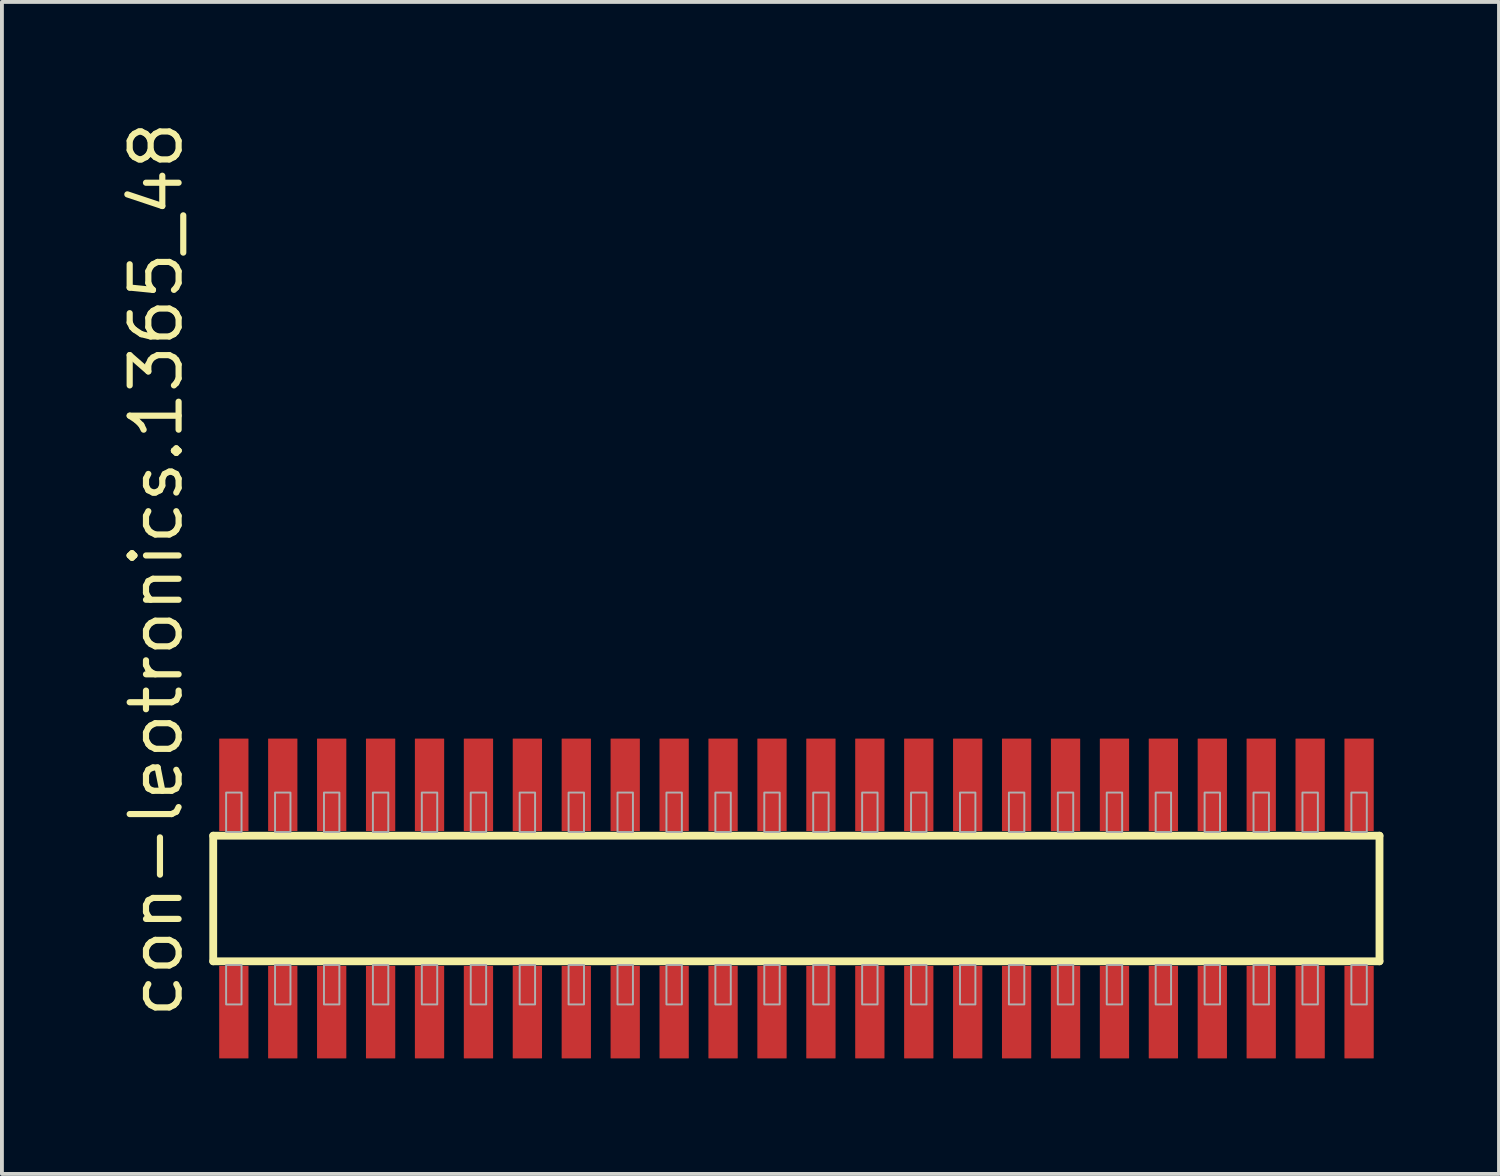
<source format=kicad_pcb>
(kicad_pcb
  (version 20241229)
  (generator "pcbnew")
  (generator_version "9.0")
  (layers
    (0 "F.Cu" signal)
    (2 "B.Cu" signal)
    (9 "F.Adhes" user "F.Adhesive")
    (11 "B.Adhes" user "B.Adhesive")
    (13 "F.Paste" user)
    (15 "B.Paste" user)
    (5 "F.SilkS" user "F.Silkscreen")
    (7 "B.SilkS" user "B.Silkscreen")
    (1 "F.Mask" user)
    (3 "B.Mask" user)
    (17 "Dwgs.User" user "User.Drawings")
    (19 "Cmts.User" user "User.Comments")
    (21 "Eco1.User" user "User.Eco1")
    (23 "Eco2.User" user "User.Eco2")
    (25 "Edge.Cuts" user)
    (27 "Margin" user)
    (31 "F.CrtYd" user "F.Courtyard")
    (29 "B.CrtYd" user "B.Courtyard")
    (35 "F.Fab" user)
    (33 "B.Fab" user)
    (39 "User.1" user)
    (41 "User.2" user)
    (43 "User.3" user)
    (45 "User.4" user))
  (footprint "con-leotronics.1365_48"
    (layer "F.Cu")
    (at 17.625 20.274)
    (property "Reference" "con-leotronics.1365_48" (at -15.875 3.175 90) (layer "F.SilkS") (effects (font (size 1.27 1.27) (thickness 0.16)) (justify left bottom)))
    (attr smd)
    (fp_line (start -15.14 -1.63) (end 15.135 -1.63) (stroke (width 0.203) (type default)) (layer "F.SilkS"))
    (fp_line (start -15.14 1.63) (end -15.14 -1.63) (stroke (width 0.203) (type default)) (layer "F.SilkS"))
    (fp_line (start 15.135 -1.63) (end 15.135 1.63) (stroke (width 0.203) (type default)) (layer "F.SilkS"))
    (fp_line (start 15.135 1.63) (end -15.14 1.63) (stroke (width 0.203) (type default)) (layer "F.SilkS"))
    (fp_rect (start -14.805 -1.725) (end -14.405 -2.75) (stroke (width 0.05) (type default)) (fill no) (layer "F.Fab"))
    (fp_rect (start -14.805 2.75) (end -14.405 1.725) (stroke (width 0.05) (type default)) (fill no) (layer "F.Fab"))
    (fp_rect (start -13.535 -1.725) (end -13.135 -2.75) (stroke (width 0.05) (type default)) (fill no) (layer "F.Fab"))
    (fp_rect (start -13.535 2.75) (end -13.135 1.725) (stroke (width 0.05) (type default)) (fill no) (layer "F.Fab"))
    (fp_rect (start -12.265 -1.725) (end -11.865 -2.75) (stroke (width 0.05) (type default)) (fill no) (layer "F.Fab"))
    (fp_rect (start -12.265 2.75) (end -11.865 1.725) (stroke (width 0.05) (type default)) (fill no) (layer "F.Fab"))
    (fp_rect (start -10.995 -1.725) (end -10.595 -2.75) (stroke (width 0.05) (type default)) (fill no) (layer "F.Fab"))
    (fp_rect (start -10.995 2.75) (end -10.595 1.725) (stroke (width 0.05) (type default)) (fill no) (layer "F.Fab"))
    (fp_rect (start -9.725 -1.725) (end -9.325 -2.75) (stroke (width 0.05) (type default)) (fill no) (layer "F.Fab"))
    (fp_rect (start -9.725 2.75) (end -9.325 1.725) (stroke (width 0.05) (type default)) (fill no) (layer "F.Fab"))
    (fp_rect (start -8.455 -1.725) (end -8.055 -2.75) (stroke (width 0.05) (type default)) (fill no) (layer "F.Fab"))
    (fp_rect (start -8.455 2.75) (end -8.055 1.725) (stroke (width 0.05) (type default)) (fill no) (layer "F.Fab"))
    (fp_rect (start -7.185 -1.725) (end -6.785 -2.75) (stroke (width 0.05) (type default)) (fill no) (layer "F.Fab"))
    (fp_rect (start -7.185 2.75) (end -6.785 1.725) (stroke (width 0.05) (type default)) (fill no) (layer "F.Fab"))
    (fp_rect (start -5.915 -1.725) (end -5.515 -2.75) (stroke (width 0.05) (type default)) (fill no) (layer "F.Fab"))
    (fp_rect (start -5.915 2.75) (end -5.515 1.725) (stroke (width 0.05) (type default)) (fill no) (layer "F.Fab"))
    (fp_rect (start -4.645 -1.725) (end -4.245 -2.75) (stroke (width 0.05) (type default)) (fill no) (layer "F.Fab"))
    (fp_rect (start -4.645 2.75) (end -4.245 1.725) (stroke (width 0.05) (type default)) (fill no) (layer "F.Fab"))
    (fp_rect (start -3.375 -1.725) (end -2.975 -2.75) (stroke (width 0.05) (type default)) (fill no) (layer "F.Fab"))
    (fp_rect (start -3.375 2.75) (end -2.975 1.725) (stroke (width 0.05) (type default)) (fill no) (layer "F.Fab"))
    (fp_rect (start -2.105 -1.725) (end -1.705 -2.75) (stroke (width 0.05) (type default)) (fill no) (layer "F.Fab"))
    (fp_rect (start -2.105 2.75) (end -1.705 1.725) (stroke (width 0.05) (type default)) (fill no) (layer "F.Fab"))
    (fp_rect (start -0.835 -1.725) (end -0.435 -2.75) (stroke (width 0.05) (type default)) (fill no) (layer "F.Fab"))
    (fp_rect (start -0.835 2.75) (end -0.435 1.725) (stroke (width 0.05) (type default)) (fill no) (layer "F.Fab"))
    (fp_rect (start 0.435 -1.725) (end 0.835 -2.75) (stroke (width 0.05) (type default)) (fill no) (layer "F.Fab"))
    (fp_rect (start 0.435 2.75) (end 0.835 1.725) (stroke (width 0.05) (type default)) (fill no) (layer "F.Fab"))
    (fp_rect (start 1.705 -1.725) (end 2.105 -2.75) (stroke (width 0.05) (type default)) (fill no) (layer "F.Fab"))
    (fp_rect (start 1.705 2.75) (end 2.105 1.725) (stroke (width 0.05) (type default)) (fill no) (layer "F.Fab"))
    (fp_rect (start 2.975 -1.725) (end 3.375 -2.75) (stroke (width 0.05) (type default)) (fill no) (layer "F.Fab"))
    (fp_rect (start 2.975 2.75) (end 3.375 1.725) (stroke (width 0.05) (type default)) (fill no) (layer "F.Fab"))
    (fp_rect (start 4.245 -1.725) (end 4.645 -2.75) (stroke (width 0.05) (type default)) (fill no) (layer "F.Fab"))
    (fp_rect (start 4.245 2.75) (end 4.645 1.725) (stroke (width 0.05) (type default)) (fill no) (layer "F.Fab"))
    (fp_rect (start 5.515 -1.725) (end 5.915 -2.75) (stroke (width 0.05) (type default)) (fill no) (layer "F.Fab"))
    (fp_rect (start 5.515 2.75) (end 5.915 1.725) (stroke (width 0.05) (type default)) (fill no) (layer "F.Fab"))
    (fp_rect (start 6.785 -1.725) (end 7.185 -2.75) (stroke (width 0.05) (type default)) (fill no) (layer "F.Fab"))
    (fp_rect (start 6.785 2.75) (end 7.185 1.725) (stroke (width 0.05) (type default)) (fill no) (layer "F.Fab"))
    (fp_rect (start 8.055 -1.725) (end 8.455 -2.75) (stroke (width 0.05) (type default)) (fill no) (layer "F.Fab"))
    (fp_rect (start 8.055 2.75) (end 8.455 1.725) (stroke (width 0.05) (type default)) (fill no) (layer "F.Fab"))
    (fp_rect (start 9.325 -1.725) (end 9.725 -2.75) (stroke (width 0.05) (type default)) (fill no) (layer "F.Fab"))
    (fp_rect (start 9.325 2.75) (end 9.725 1.725) (stroke (width 0.05) (type default)) (fill no) (layer "F.Fab"))
    (fp_rect (start 10.595 -1.725) (end 10.995 -2.75) (stroke (width 0.05) (type default)) (fill no) (layer "F.Fab"))
    (fp_rect (start 10.595 2.75) (end 10.995 1.725) (stroke (width 0.05) (type default)) (fill no) (layer "F.Fab"))
    (fp_rect (start 11.865 -1.725) (end 12.265 -2.75) (stroke (width 0.05) (type default)) (fill no) (layer "F.Fab"))
    (fp_rect (start 11.865 2.75) (end 12.265 1.725) (stroke (width 0.05) (type default)) (fill no) (layer "F.Fab"))
    (fp_rect (start 13.135 -1.725) (end 13.535 -2.75) (stroke (width 0.05) (type default)) (fill no) (layer "F.Fab"))
    (fp_rect (start 13.135 2.75) (end 13.535 1.725) (stroke (width 0.05) (type default)) (fill no) (layer "F.Fab"))
    (fp_rect (start 14.405 -1.725) (end 14.805 -2.75) (stroke (width 0.05) (type default)) (fill no) (layer "F.Fab"))
    (fp_rect (start 14.405 2.75) (end 14.805 1.725) (stroke (width 0.05) (type default)) (fill no) (layer "F.Fab"))
    (pad "1" smd roundrect (at -14.605 2.95) (size 0.76 2.4) (layers "F.Cu" "F.Mask" "F.Paste") (roundrect_rratio 0.01))
    (pad "2" smd roundrect (at -14.605 -2.95) (size 0.76 2.4) (layers "F.Cu" "F.Mask" "F.Paste") (roundrect_rratio 0.01))
    (pad "3" smd roundrect (at -13.335 2.95) (size 0.76 2.4) (layers "F.Cu" "F.Mask" "F.Paste") (roundrect_rratio 0.01))
    (pad "4" smd roundrect (at -13.335 -2.95) (size 0.76 2.4) (layers "F.Cu" "F.Mask" "F.Paste") (roundrect_rratio 0.01))
    (pad "5" smd roundrect (at -12.065 2.95) (size 0.76 2.4) (layers "F.Cu" "F.Mask" "F.Paste") (roundrect_rratio 0.01))
    (pad "6" smd roundrect (at -12.065 -2.95) (size 0.76 2.4) (layers "F.Cu" "F.Mask" "F.Paste") (roundrect_rratio 0.01))
    (pad "7" smd roundrect (at -10.795 2.95) (size 0.76 2.4) (layers "F.Cu" "F.Mask" "F.Paste") (roundrect_rratio 0.01))
    (pad "8" smd roundrect (at -10.795 -2.95) (size 0.76 2.4) (layers "F.Cu" "F.Mask" "F.Paste") (roundrect_rratio 0.01))
    (pad "9" smd roundrect (at -9.525 2.95) (size 0.76 2.4) (layers "F.Cu" "F.Mask" "F.Paste") (roundrect_rratio 0.01))
    (pad "10" smd roundrect (at -9.525 -2.95) (size 0.76 2.4) (layers "F.Cu" "F.Mask" "F.Paste") (roundrect_rratio 0.01))
    (pad "11" smd roundrect (at -8.255 2.95) (size 0.76 2.4) (layers "F.Cu" "F.Mask" "F.Paste") (roundrect_rratio 0.01))
    (pad "12" smd roundrect (at -8.255 -2.95) (size 0.76 2.4) (layers "F.Cu" "F.Mask" "F.Paste") (roundrect_rratio 0.01))
    (pad "13" smd roundrect (at -6.985 2.95) (size 0.76 2.4) (layers "F.Cu" "F.Mask" "F.Paste") (roundrect_rratio 0.01))
    (pad "14" smd roundrect (at -6.985 -2.95) (size 0.76 2.4) (layers "F.Cu" "F.Mask" "F.Paste") (roundrect_rratio 0.01))
    (pad "15" smd roundrect (at -5.715 2.95) (size 0.76 2.4) (layers "F.Cu" "F.Mask" "F.Paste") (roundrect_rratio 0.01))
    (pad "16" smd roundrect (at -5.715 -2.95) (size 0.76 2.4) (layers "F.Cu" "F.Mask" "F.Paste") (roundrect_rratio 0.01))
    (pad "17" smd roundrect (at -4.445 2.95) (size 0.76 2.4) (layers "F.Cu" "F.Mask" "F.Paste") (roundrect_rratio 0.01))
    (pad "18" smd roundrect (at -4.445 -2.95) (size 0.76 2.4) (layers "F.Cu" "F.Mask" "F.Paste") (roundrect_rratio 0.01))
    (pad "19" smd roundrect (at -3.175 2.95) (size 0.76 2.4) (layers "F.Cu" "F.Mask" "F.Paste") (roundrect_rratio 0.01))
    (pad "20" smd roundrect (at -3.175 -2.95) (size 0.76 2.4) (layers "F.Cu" "F.Mask" "F.Paste") (roundrect_rratio 0.01))
    (pad "21" smd roundrect (at -1.905 2.95) (size 0.76 2.4) (layers "F.Cu" "F.Mask" "F.Paste") (roundrect_rratio 0.01))
    (pad "22" smd roundrect (at -1.905 -2.95) (size 0.76 2.4) (layers "F.Cu" "F.Mask" "F.Paste") (roundrect_rratio 0.01))
    (pad "23" smd roundrect (at -0.635 2.95) (size 0.76 2.4) (layers "F.Cu" "F.Mask" "F.Paste") (roundrect_rratio 0.01))
    (pad "24" smd roundrect (at -0.635 -2.95) (size 0.76 2.4) (layers "F.Cu" "F.Mask" "F.Paste") (roundrect_rratio 0.01))
    (pad "25" smd roundrect (at 0.635 2.95) (size 0.76 2.4) (layers "F.Cu" "F.Mask" "F.Paste") (roundrect_rratio 0.01))
    (pad "26" smd roundrect (at 0.635 -2.95) (size 0.76 2.4) (layers "F.Cu" "F.Mask" "F.Paste") (roundrect_rratio 0.01))
    (pad "27" smd roundrect (at 1.905 2.95) (size 0.76 2.4) (layers "F.Cu" "F.Mask" "F.Paste") (roundrect_rratio 0.01))
    (pad "28" smd roundrect (at 1.905 -2.95) (size 0.76 2.4) (layers "F.Cu" "F.Mask" "F.Paste") (roundrect_rratio 0.01))
    (pad "29" smd roundrect (at 3.175 2.95) (size 0.76 2.4) (layers "F.Cu" "F.Mask" "F.Paste") (roundrect_rratio 0.01))
    (pad "30" smd roundrect (at 3.175 -2.95) (size 0.76 2.4) (layers "F.Cu" "F.Mask" "F.Paste") (roundrect_rratio 0.01))
    (pad "31" smd roundrect (at 4.445 2.95) (size 0.76 2.4) (layers "F.Cu" "F.Mask" "F.Paste") (roundrect_rratio 0.01))
    (pad "32" smd roundrect (at 4.445 -2.95) (size 0.76 2.4) (layers "F.Cu" "F.Mask" "F.Paste") (roundrect_rratio 0.01))
    (pad "33" smd roundrect (at 5.715 2.95) (size 0.76 2.4) (layers "F.Cu" "F.Mask" "F.Paste") (roundrect_rratio 0.01))
    (pad "34" smd roundrect (at 5.715 -2.95) (size 0.76 2.4) (layers "F.Cu" "F.Mask" "F.Paste") (roundrect_rratio 0.01))
    (pad "35" smd roundrect (at 6.985 2.95) (size 0.76 2.4) (layers "F.Cu" "F.Mask" "F.Paste") (roundrect_rratio 0.01))
    (pad "36" smd roundrect (at 6.985 -2.95) (size 0.76 2.4) (layers "F.Cu" "F.Mask" "F.Paste") (roundrect_rratio 0.01))
    (pad "37" smd roundrect (at 8.255 2.95) (size 0.76 2.4) (layers "F.Cu" "F.Mask" "F.Paste") (roundrect_rratio 0.01))
    (pad "38" smd roundrect (at 8.255 -2.95) (size 0.76 2.4) (layers "F.Cu" "F.Mask" "F.Paste") (roundrect_rratio 0.01))
    (pad "39" smd roundrect (at 9.525 2.95) (size 0.76 2.4) (layers "F.Cu" "F.Mask" "F.Paste") (roundrect_rratio 0.01))
    (pad "40" smd roundrect (at 9.525 -2.95) (size 0.76 2.4) (layers "F.Cu" "F.Mask" "F.Paste") (roundrect_rratio 0.01))
    (pad "41" smd roundrect (at 10.795 2.95) (size 0.76 2.4) (layers "F.Cu" "F.Mask" "F.Paste") (roundrect_rratio 0.01))
    (pad "42" smd roundrect (at 10.795 -2.95) (size 0.76 2.4) (layers "F.Cu" "F.Mask" "F.Paste") (roundrect_rratio 0.01))
    (pad "43" smd roundrect (at 12.065 2.95) (size 0.76 2.4) (layers "F.Cu" "F.Mask" "F.Paste") (roundrect_rratio 0.01))
    (pad "44" smd roundrect (at 12.065 -2.95) (size 0.76 2.4) (layers "F.Cu" "F.Mask" "F.Paste") (roundrect_rratio 0.01))
    (pad "45" smd roundrect (at 13.335 2.95) (size 0.76 2.4) (layers "F.Cu" "F.Mask" "F.Paste") (roundrect_rratio 0.01))
    (pad "46" smd roundrect (at 13.335 -2.95) (size 0.76 2.4) (layers "F.Cu" "F.Mask" "F.Paste") (roundrect_rratio 0.01))
    (pad "47" smd roundrect (at 14.605 2.95) (size 0.76 2.4) (layers "F.Cu" "F.Mask" "F.Paste") (roundrect_rratio 0.01))
    (pad "48" smd roundrect (at 14.605 -2.95) (size 0.76 2.4) (layers "F.Cu" "F.Mask" "F.Paste") (roundrect_rratio 0.01)))
  (gr_rect
    (start -3 -3)
    (end 35.862 27.424)
    (stroke (width 0.1) (type default))
    (fill no)
    (layer "Edge.Cuts")))
</source>
